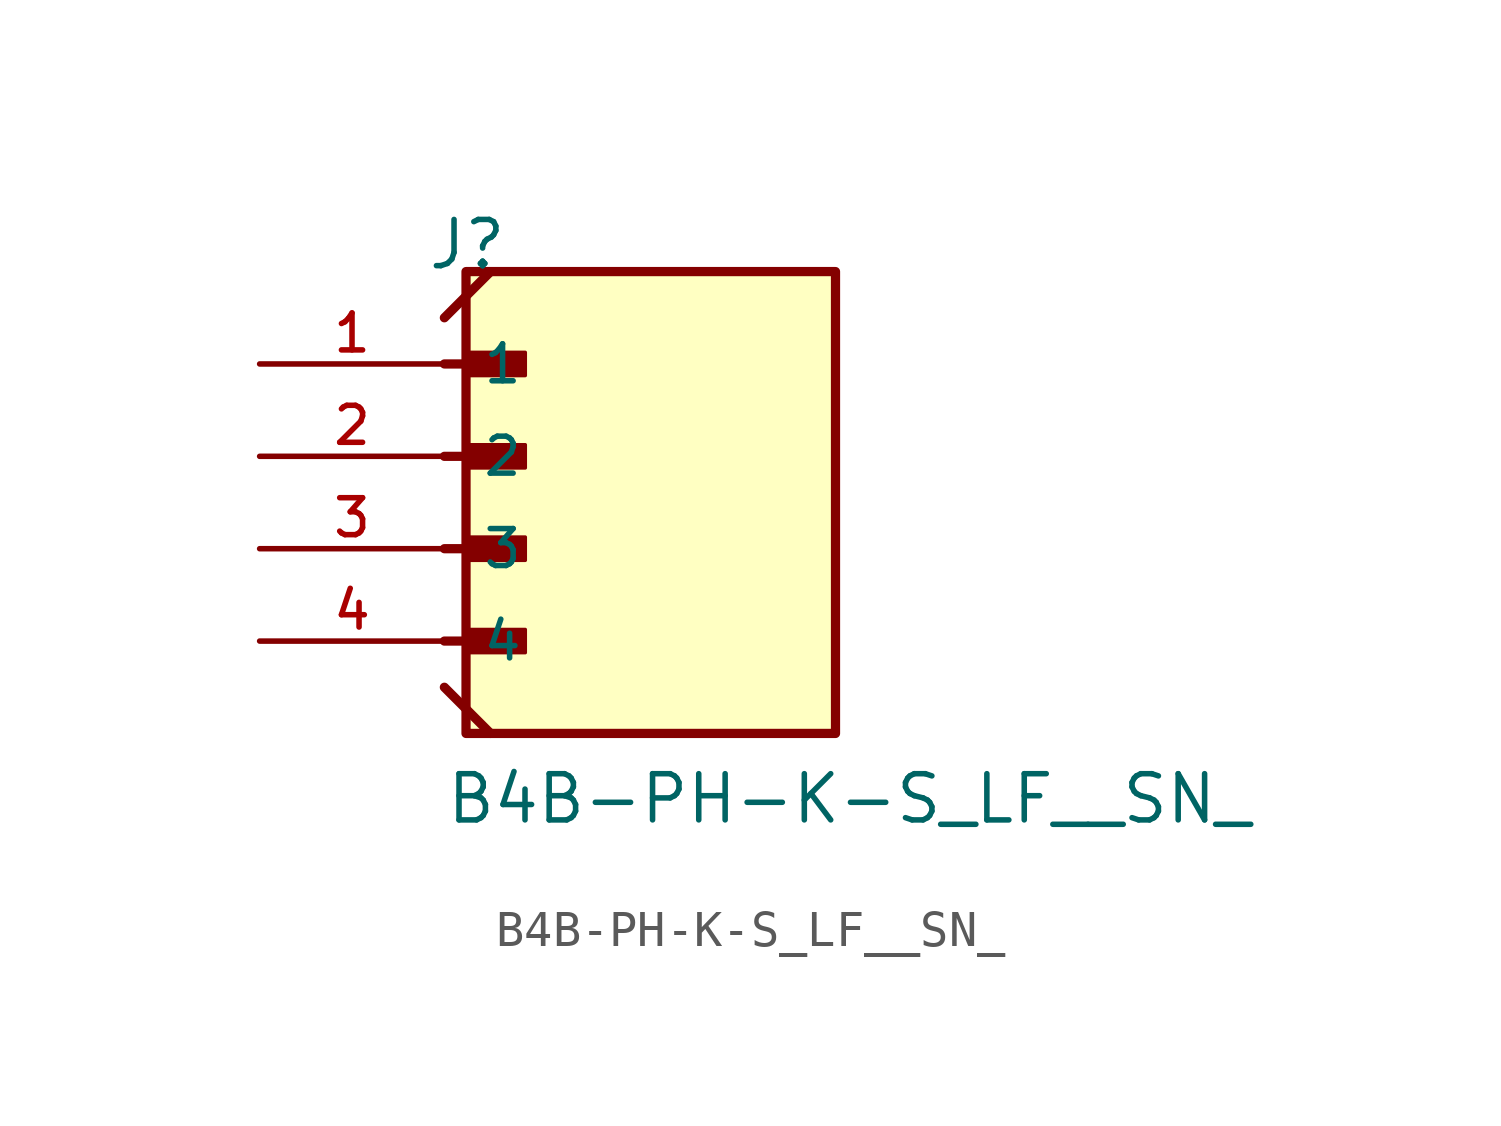
<source format=kicad_sym>
(kicad_symbol_lib
  (version 20211014)
  (generator kicad_symbol_editor)
  (symbol "B4B-PH-K-S_LF__SN_"
    (pin_names
      (offset 1.016))
    (property "Reference" "J"
      (at -5.58 7.62 0)
      (effects (font (size 1.27 1.27)) (justify bottom left)))
    (property "Value" "B4B-PH-K-S_LF__SN_"
      (at -5.08 -7.62 0)
      (effects (font (size 1.27 1.27)) (justify bottom left)))
    (symbol "B4B-PH-K-S_LF__SN__0_0"
      (polyline (pts (xy -5.08 5.08) (xy -3.175 5.08)) (stroke (width 0.254)))
      (rectangle (start -4.445 4.763) (end -2.857 5.397) (stroke (width 0.1)) (fill (type outline)))
      (polyline (pts (xy -5.08 2.54) (xy -3.175 2.54)) (stroke (width 0.254)))
      (rectangle (start -4.445 2.223) (end -2.857 2.857) (stroke (width 0.1)) (fill (type outline)))
      (polyline (pts (xy -5.08 0.0) (xy -3.175 0.0)) (stroke (width 0.254)))
      (rectangle (start -4.445 -0.318) (end -2.857 0.318) (stroke (width 0.1)) (fill (type outline)))
      (polyline (pts (xy -5.08 -2.54) (xy -3.175 -2.54)) (stroke (width 0.254)))
      (rectangle (start -4.445 -2.857) (end -2.857 -2.223) (stroke (width 0.1)) (fill (type outline)))
      (polyline (pts (xy -5.08 -3.81) (xy -3.81 -5.08)) (stroke (width 0.254)))
      (polyline (pts (xy -5.08 6.35) (xy -3.81 7.62)) (stroke (width 0.254)))
      (rectangle (start -4.485 -5.08) (end 5.675 7.62) (stroke (width 0.254)) (fill (type background)))
      (pin passive line (at -10.16 5.08 0) (length 5.08) (name "1" (effects (font (size 1.016 1.016)))) (number "1" (effects (font (size 1.016 1.016)))))
      (pin passive line (at -10.16 2.54 0) (length 5.08) (name "2" (effects (font (size 1.016 1.016)))) (number "2" (effects (font (size 1.016 1.016)))))
      (pin passive line (at -10.16 0.0 0) (length 5.08) (name "3" (effects (font (size 1.016 1.016)))) (number "3" (effects (font (size 1.016 1.016)))))
      (pin passive line (at -10.16 -2.54 0) (length 5.08) (name "4" (effects (font (size 1.016 1.016)))) (number "4" (effects (font (size 1.016 1.016))))))))
</source>
